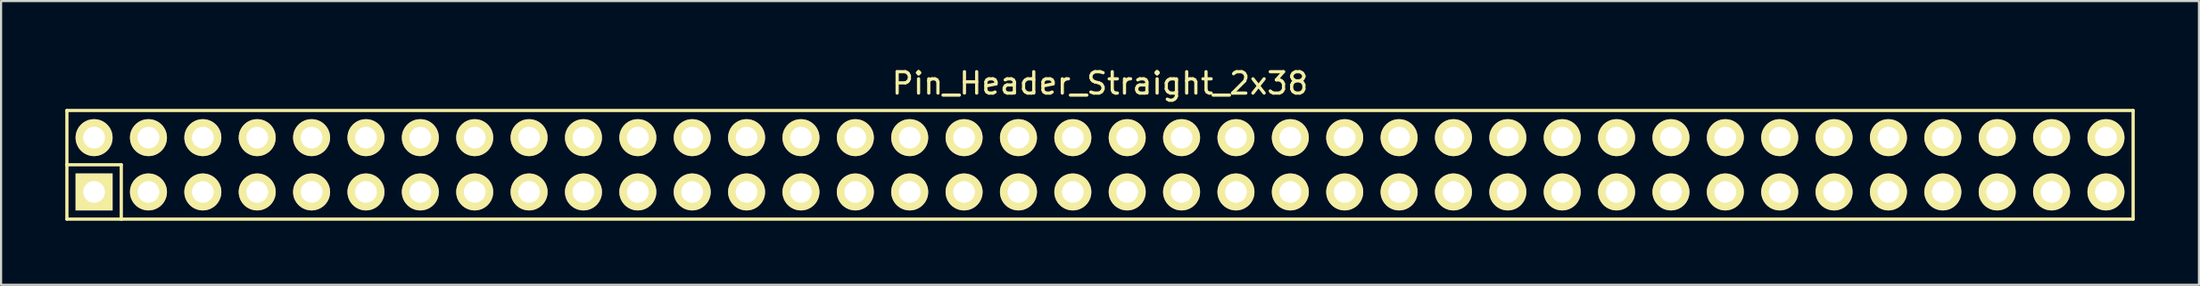
<source format=kicad_pcb>
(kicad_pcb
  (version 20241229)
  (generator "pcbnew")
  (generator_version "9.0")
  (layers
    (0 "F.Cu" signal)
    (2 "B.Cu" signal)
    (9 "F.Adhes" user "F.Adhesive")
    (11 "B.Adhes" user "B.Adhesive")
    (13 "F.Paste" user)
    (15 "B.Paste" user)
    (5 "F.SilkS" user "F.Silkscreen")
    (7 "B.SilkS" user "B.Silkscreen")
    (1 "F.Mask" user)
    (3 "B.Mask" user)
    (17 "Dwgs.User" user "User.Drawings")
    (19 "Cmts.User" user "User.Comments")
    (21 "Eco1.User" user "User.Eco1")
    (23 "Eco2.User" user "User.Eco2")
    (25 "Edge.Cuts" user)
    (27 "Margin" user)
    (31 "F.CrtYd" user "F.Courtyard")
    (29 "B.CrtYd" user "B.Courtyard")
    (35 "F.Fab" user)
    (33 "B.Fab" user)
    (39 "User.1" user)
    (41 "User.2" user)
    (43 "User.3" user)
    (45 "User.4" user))
  (footprint "Pin_Header_Straight_2x38"
    (layer "F.Cu")
    (at 48.335 4.658)
    (property "Reference" "Pin_Header_Straight_2x38" (at 0 -3.81 0) (layer "F.SilkS") (effects (font (size 1 1) (thickness 0.15))))
    (attr through_hole)
    (fp_line (start -48.26 -2.54) (end -48.26 0) (stroke (width 0.15) (type solid)) (layer "F.SilkS"))
    (fp_line (start -48.26 -2.54) (end 48.26 -2.54) (stroke (width 0.15) (type solid)) (layer "F.SilkS"))
    (fp_line (start -48.26 0) (end -45.72 0) (stroke (width 0.15) (type solid)) (layer "F.SilkS"))
    (fp_line (start -48.26 2.54) (end -48.26 0) (stroke (width 0.15) (type solid)) (layer "F.SilkS"))
    (fp_line (start -48.26 2.54) (end -45.72 2.54) (stroke (width 0.15) (type solid)) (layer "F.SilkS"))
    (fp_line (start -45.72 0) (end -45.72 2.54) (stroke (width 0.15) (type solid)) (layer "F.SilkS"))
    (fp_line (start 48.26 -2.54) (end 48.26 2.54) (stroke (width 0.15) (type solid)) (layer "F.SilkS"))
    (fp_line (start 48.26 2.54) (end -45.72 2.54) (stroke (width 0.15) (type solid)) (layer "F.SilkS"))
    (pad "1" thru_hole rect (at -46.99 1.27) (size 1.727 1.727) (drill 1.016) (layers "*.Cu" "*.Mask" "F.SilkS"))
    (pad "2" thru_hole oval (at -46.99 -1.27) (size 1.727 1.727) (drill 1.016) (layers "*.Cu" "*.Mask" "F.SilkS"))
    (pad "3" thru_hole oval (at -44.45 1.27) (size 1.727 1.727) (drill 1.016) (layers "*.Cu" "*.Mask" "F.SilkS"))
    (pad "4" thru_hole oval (at -44.45 -1.27) (size 1.727 1.727) (drill 1.016) (layers "*.Cu" "*.Mask" "F.SilkS"))
    (pad "5" thru_hole oval (at -41.91 1.27) (size 1.727 1.727) (drill 1.016) (layers "*.Cu" "*.Mask" "F.SilkS"))
    (pad "6" thru_hole oval (at -41.91 -1.27) (size 1.727 1.727) (drill 1.016) (layers "*.Cu" "*.Mask" "F.SilkS"))
    (pad "7" thru_hole oval (at -39.37 1.27) (size 1.727 1.727) (drill 1.016) (layers "*.Cu" "*.Mask" "F.SilkS"))
    (pad "8" thru_hole oval (at -39.37 -1.27) (size 1.727 1.727) (drill 1.016) (layers "*.Cu" "*.Mask" "F.SilkS"))
    (pad "9" thru_hole oval (at -36.83 1.27) (size 1.727 1.727) (drill 1.016) (layers "*.Cu" "*.Mask" "F.SilkS"))
    (pad "10" thru_hole oval (at -36.83 -1.27) (size 1.727 1.727) (drill 1.016) (layers "*.Cu" "*.Mask" "F.SilkS"))
    (pad "11" thru_hole oval (at -34.29 1.27) (size 1.727 1.727) (drill 1.016) (layers "*.Cu" "*.Mask" "F.SilkS"))
    (pad "12" thru_hole oval (at -34.29 -1.27) (size 1.727 1.727) (drill 1.016) (layers "*.Cu" "*.Mask" "F.SilkS"))
    (pad "13" thru_hole oval (at -31.75 1.27) (size 1.727 1.727) (drill 1.016) (layers "*.Cu" "*.Mask" "F.SilkS"))
    (pad "14" thru_hole oval (at -31.75 -1.27) (size 1.727 1.727) (drill 1.016) (layers "*.Cu" "*.Mask" "F.SilkS"))
    (pad "15" thru_hole oval (at -29.21 1.27) (size 1.727 1.727) (drill 1.016) (layers "*.Cu" "*.Mask" "F.SilkS"))
    (pad "16" thru_hole oval (at -29.21 -1.27) (size 1.727 1.727) (drill 1.016) (layers "*.Cu" "*.Mask" "F.SilkS"))
    (pad "17" thru_hole oval (at -26.67 1.27) (size 1.727 1.727) (drill 1.016) (layers "*.Cu" "*.Mask" "F.SilkS"))
    (pad "18" thru_hole oval (at -26.67 -1.27) (size 1.727 1.727) (drill 1.016) (layers "*.Cu" "*.Mask" "F.SilkS"))
    (pad "19" thru_hole oval (at -24.13 1.27) (size 1.727 1.727) (drill 1.016) (layers "*.Cu" "*.Mask" "F.SilkS"))
    (pad "20" thru_hole oval (at -24.13 -1.27) (size 1.727 1.727) (drill 1.016) (layers "*.Cu" "*.Mask" "F.SilkS"))
    (pad "21" thru_hole oval (at -21.59 1.27) (size 1.727 1.727) (drill 1.016) (layers "*.Cu" "*.Mask" "F.SilkS"))
    (pad "22" thru_hole oval (at -21.59 -1.27) (size 1.727 1.727) (drill 1.016) (layers "*.Cu" "*.Mask" "F.SilkS"))
    (pad "23" thru_hole oval (at -19.05 1.27) (size 1.727 1.727) (drill 1.016) (layers "*.Cu" "*.Mask" "F.SilkS"))
    (pad "24" thru_hole oval (at -19.05 -1.27) (size 1.727 1.727) (drill 1.016) (layers "*.Cu" "*.Mask" "F.SilkS"))
    (pad "25" thru_hole oval (at -16.51 1.27) (size 1.727 1.727) (drill 1.016) (layers "*.Cu" "*.Mask" "F.SilkS"))
    (pad "26" thru_hole oval (at -16.51 -1.27) (size 1.727 1.727) (drill 1.016) (layers "*.Cu" "*.Mask" "F.SilkS"))
    (pad "27" thru_hole oval (at -13.97 1.27) (size 1.727 1.727) (drill 1.016) (layers "*.Cu" "*.Mask" "F.SilkS"))
    (pad "28" thru_hole oval (at -13.97 -1.27) (size 1.727 1.727) (drill 1.016) (layers "*.Cu" "*.Mask" "F.SilkS"))
    (pad "29" thru_hole oval (at -11.43 1.27) (size 1.727 1.727) (drill 1.016) (layers "*.Cu" "*.Mask" "F.SilkS"))
    (pad "30" thru_hole oval (at -11.43 -1.27) (size 1.727 1.727) (drill 1.016) (layers "*.Cu" "*.Mask" "F.SilkS"))
    (pad "31" thru_hole oval (at -8.89 1.27) (size 1.727 1.727) (drill 1.016) (layers "*.Cu" "*.Mask" "F.SilkS"))
    (pad "32" thru_hole oval (at -8.89 -1.27) (size 1.727 1.727) (drill 1.016) (layers "*.Cu" "*.Mask" "F.SilkS"))
    (pad "33" thru_hole oval (at -6.35 1.27) (size 1.727 1.727) (drill 1.016) (layers "*.Cu" "*.Mask" "F.SilkS"))
    (pad "34" thru_hole oval (at -6.35 -1.27) (size 1.727 1.727) (drill 1.016) (layers "*.Cu" "*.Mask" "F.SilkS"))
    (pad "35" thru_hole oval (at -3.81 1.27) (size 1.727 1.727) (drill 1.016) (layers "*.Cu" "*.Mask" "F.SilkS"))
    (pad "36" thru_hole oval (at -3.81 -1.27) (size 1.727 1.727) (drill 1.016) (layers "*.Cu" "*.Mask" "F.SilkS"))
    (pad "37" thru_hole oval (at -1.27 1.27) (size 1.727 1.727) (drill 1.016) (layers "*.Cu" "*.Mask" "F.SilkS"))
    (pad "38" thru_hole oval (at -1.27 -1.27) (size 1.727 1.727) (drill 1.016) (layers "*.Cu" "*.Mask" "F.SilkS"))
    (pad "39" thru_hole oval (at 1.27 1.27) (size 1.727 1.727) (drill 1.016) (layers "*.Cu" "*.Mask" "F.SilkS"))
    (pad "40" thru_hole oval (at 1.27 -1.27) (size 1.727 1.727) (drill 1.016) (layers "*.Cu" "*.Mask" "F.SilkS"))
    (pad "41" thru_hole oval (at 3.81 1.27) (size 1.727 1.727) (drill 1.016) (layers "*.Cu" "*.Mask" "F.SilkS"))
    (pad "42" thru_hole oval (at 3.81 -1.27) (size 1.727 1.727) (drill 1.016) (layers "*.Cu" "*.Mask" "F.SilkS"))
    (pad "43" thru_hole oval (at 6.35 1.27) (size 1.727 1.727) (drill 1.016) (layers "*.Cu" "*.Mask" "F.SilkS"))
    (pad "44" thru_hole oval (at 6.35 -1.27) (size 1.727 1.727) (drill 1.016) (layers "*.Cu" "*.Mask" "F.SilkS"))
    (pad "45" thru_hole oval (at 8.89 1.27) (size 1.727 1.727) (drill 1.016) (layers "*.Cu" "*.Mask" "F.SilkS"))
    (pad "46" thru_hole oval (at 8.89 -1.27) (size 1.727 1.727) (drill 1.016) (layers "*.Cu" "*.Mask" "F.SilkS"))
    (pad "47" thru_hole oval (at 11.43 1.27) (size 1.727 1.727) (drill 1.016) (layers "*.Cu" "*.Mask" "F.SilkS"))
    (pad "48" thru_hole oval (at 11.43 -1.27) (size 1.727 1.727) (drill 1.016) (layers "*.Cu" "*.Mask" "F.SilkS"))
    (pad "49" thru_hole oval (at 13.97 1.27) (size 1.727 1.727) (drill 1.016) (layers "*.Cu" "*.Mask" "F.SilkS"))
    (pad "50" thru_hole oval (at 13.97 -1.27) (size 1.727 1.727) (drill 1.016) (layers "*.Cu" "*.Mask" "F.SilkS"))
    (pad "51" thru_hole oval (at 16.51 1.27) (size 1.727 1.727) (drill 1.016) (layers "*.Cu" "*.Mask" "F.SilkS"))
    (pad "52" thru_hole oval (at 16.51 -1.27) (size 1.727 1.727) (drill 1.016) (layers "*.Cu" "*.Mask" "F.SilkS"))
    (pad "53" thru_hole oval (at 19.05 1.27) (size 1.727 1.727) (drill 1.016) (layers "*.Cu" "*.Mask" "F.SilkS"))
    (pad "54" thru_hole oval (at 19.05 -1.27) (size 1.727 1.727) (drill 1.016) (layers "*.Cu" "*.Mask" "F.SilkS"))
    (pad "55" thru_hole oval (at 21.59 1.27) (size 1.727 1.727) (drill 1.016) (layers "*.Cu" "*.Mask" "F.SilkS"))
    (pad "56" thru_hole oval (at 21.59 -1.27) (size 1.727 1.727) (drill 1.016) (layers "*.Cu" "*.Mask" "F.SilkS"))
    (pad "57" thru_hole oval (at 24.13 1.27) (size 1.727 1.727) (drill 1.016) (layers "*.Cu" "*.Mask" "F.SilkS"))
    (pad "58" thru_hole oval (at 24.13 -1.27) (size 1.727 1.727) (drill 1.016) (layers "*.Cu" "*.Mask" "F.SilkS"))
    (pad "59" thru_hole oval (at 26.67 1.27) (size 1.727 1.727) (drill 1.016) (layers "*.Cu" "*.Mask" "F.SilkS"))
    (pad "60" thru_hole oval (at 26.67 -1.27) (size 1.727 1.727) (drill 1.016) (layers "*.Cu" "*.Mask" "F.SilkS"))
    (pad "61" thru_hole oval (at 29.21 1.27) (size 1.727 1.727) (drill 1.016) (layers "*.Cu" "*.Mask" "F.SilkS"))
    (pad "62" thru_hole oval (at 29.21 -1.27) (size 1.727 1.727) (drill 1.016) (layers "*.Cu" "*.Mask" "F.SilkS"))
    (pad "63" thru_hole oval (at 31.75 1.27) (size 1.727 1.727) (drill 1.016) (layers "*.Cu" "*.Mask" "F.SilkS"))
    (pad "64" thru_hole oval (at 31.75 -1.27) (size 1.727 1.727) (drill 1.016) (layers "*.Cu" "*.Mask" "F.SilkS"))
    (pad "65" thru_hole oval (at 34.29 1.27) (size 1.727 1.727) (drill 1.016) (layers "*.Cu" "*.Mask" "F.SilkS"))
    (pad "66" thru_hole oval (at 34.29 -1.27) (size 1.727 1.727) (drill 1.016) (layers "*.Cu" "*.Mask" "F.SilkS"))
    (pad "67" thru_hole oval (at 36.83 1.27) (size 1.727 1.727) (drill 1.016) (layers "*.Cu" "*.Mask" "F.SilkS"))
    (pad "68" thru_hole oval (at 36.83 -1.27) (size 1.727 1.727) (drill 1.016) (layers "*.Cu" "*.Mask" "F.SilkS"))
    (pad "69" thru_hole oval (at 39.37 1.27) (size 1.727 1.727) (drill 1.016) (layers "*.Cu" "*.Mask" "F.SilkS"))
    (pad "70" thru_hole oval (at 39.37 -1.27) (size 1.727 1.727) (drill 1.016) (layers "*.Cu" "*.Mask" "F.SilkS"))
    (pad "71" thru_hole oval (at 41.91 1.27) (size 1.727 1.727) (drill 1.016) (layers "*.Cu" "*.Mask" "F.SilkS"))
    (pad "72" thru_hole oval (at 41.91 -1.27) (size 1.727 1.727) (drill 1.016) (layers "*.Cu" "*.Mask" "F.SilkS"))
    (pad "73" thru_hole oval (at 44.45 1.27) (size 1.727 1.727) (drill 1.016) (layers "*.Cu" "*.Mask" "F.SilkS"))
    (pad "74" thru_hole oval (at 44.45 -1.27) (size 1.727 1.727) (drill 1.016) (layers "*.Cu" "*.Mask" "F.SilkS"))
    (pad "75" thru_hole oval (at 46.99 1.27) (size 1.727 1.727) (drill 1.016) (layers "*.Cu" "*.Mask" "F.SilkS"))
    (pad "76" thru_hole oval (at 46.99 -1.27) (size 1.727 1.727) (drill 1.016) (layers "*.Cu" "*.Mask" "F.SilkS")))
  (gr_rect
    (start -3 -3)
    (end 99.67 10.273)
    (stroke (width 0.1) (type default))
    (fill no)
    (layer "Edge.Cuts")))
</source>
